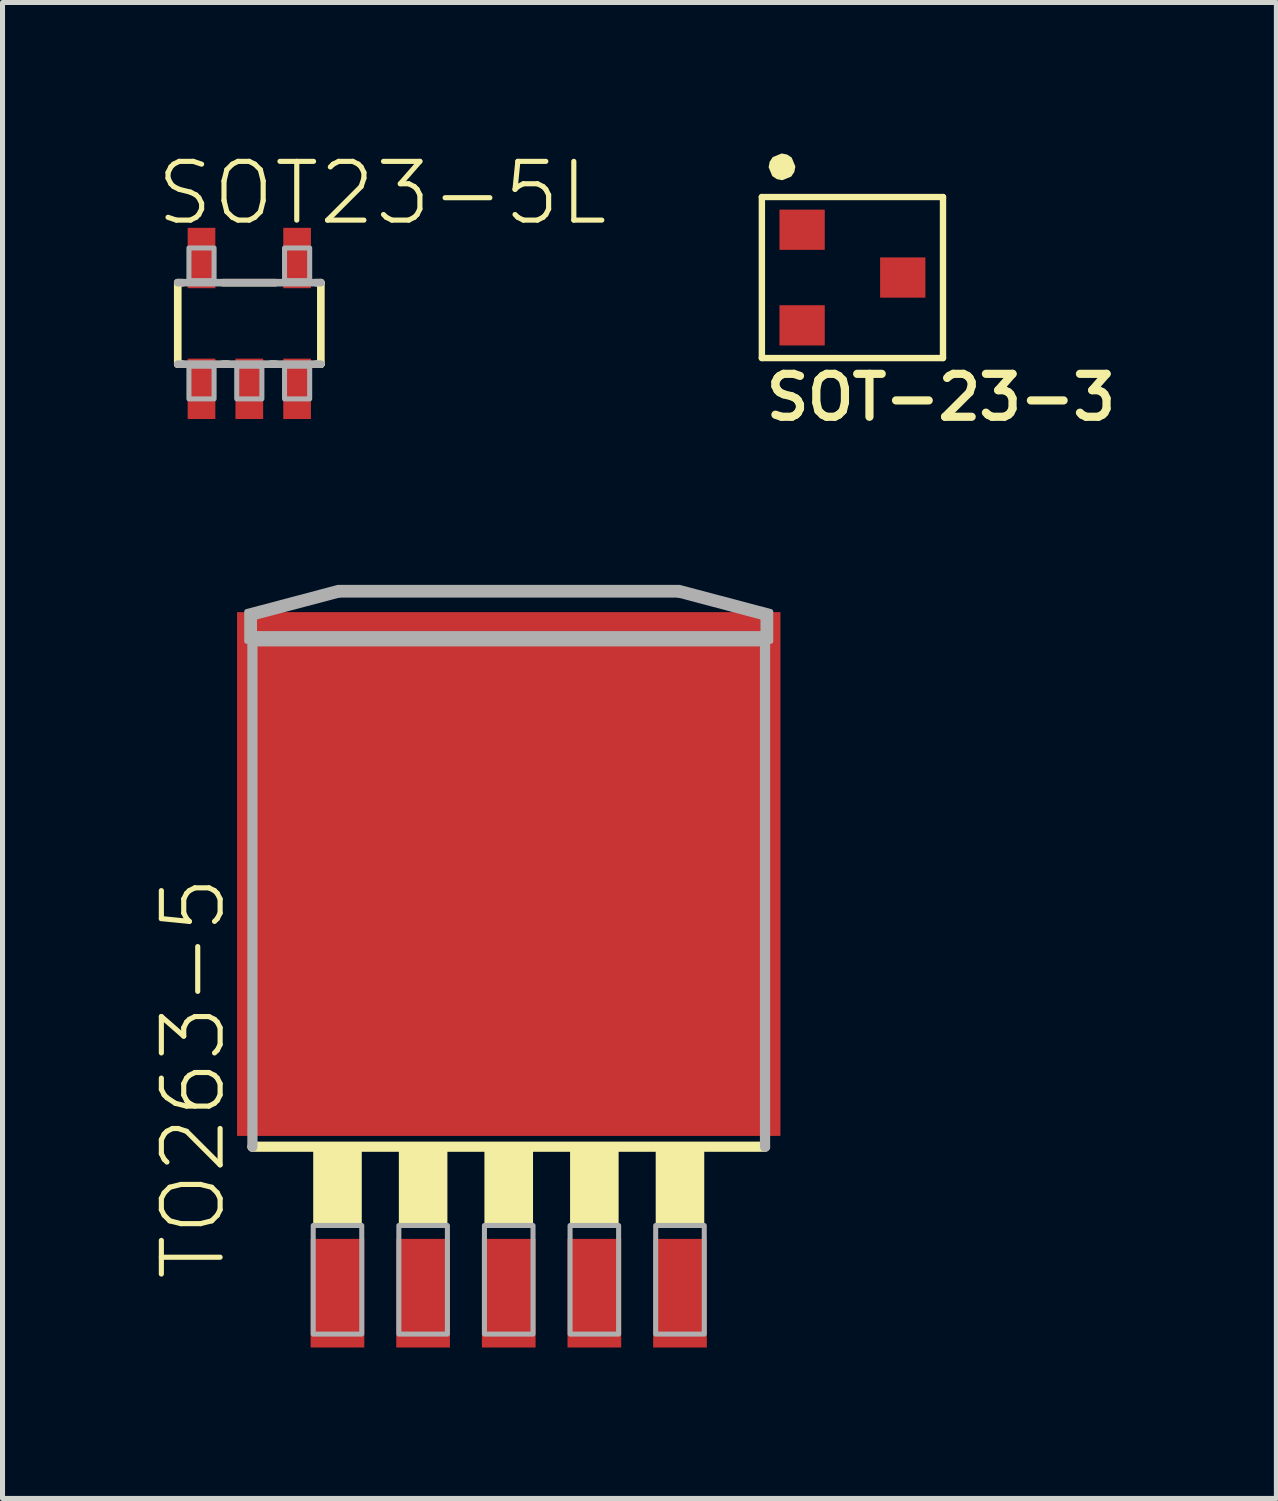
<source format=kicad_pcb>
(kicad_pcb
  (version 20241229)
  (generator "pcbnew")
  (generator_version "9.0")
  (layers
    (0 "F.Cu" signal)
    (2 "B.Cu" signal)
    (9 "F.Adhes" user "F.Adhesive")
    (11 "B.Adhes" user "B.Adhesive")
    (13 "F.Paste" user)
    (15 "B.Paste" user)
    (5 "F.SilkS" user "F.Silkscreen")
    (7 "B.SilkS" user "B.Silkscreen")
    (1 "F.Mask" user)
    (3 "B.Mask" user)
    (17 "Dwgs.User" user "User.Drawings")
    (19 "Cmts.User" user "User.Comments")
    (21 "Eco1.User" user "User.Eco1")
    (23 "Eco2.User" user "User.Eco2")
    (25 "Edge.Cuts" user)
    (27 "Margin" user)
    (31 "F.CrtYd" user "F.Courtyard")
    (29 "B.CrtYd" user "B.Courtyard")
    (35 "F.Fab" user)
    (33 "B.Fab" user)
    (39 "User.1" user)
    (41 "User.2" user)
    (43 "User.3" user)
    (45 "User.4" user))
  (footprint "TO263-5"
    (layer "F.Cu")
    (at 7.061 16.861)
    (property "Reference" "TO263-5" (at -5.588 5.588 90) (layer "F.SilkS") (effects (font (size 1.168 1.168) (thickness 0.102)) (justify left bottom)))
    (fp_line (start 5.094 2.88) (end -5.094 2.88) (stroke (width 0.203) (type solid)) (layer "F.SilkS"))
    (fp_poly (pts (xy -3.886 4.47) (xy -2.921 4.47) (xy -2.921 2.794) (xy -3.886 2.794)) (stroke (width 0) (type solid)) (fill yes) (layer "F.SilkS"))
    (fp_poly (pts (xy -2.184 4.47) (xy -1.219 4.47) (xy -1.219 2.794) (xy -2.184 2.794)) (stroke (width 0) (type solid)) (fill yes) (layer "F.SilkS"))
    (fp_poly (pts (xy -0.483 4.47) (xy 0.483 4.47) (xy 0.483 2.794) (xy -0.483 2.794)) (stroke (width 0) (type solid)) (fill yes) (layer "F.SilkS"))
    (fp_poly (pts (xy 1.219 4.47) (xy 2.184 4.47) (xy 2.184 2.794) (xy 1.219 2.794)) (stroke (width 0) (type solid)) (fill yes) (layer "F.SilkS"))
    (fp_poly (pts (xy 2.921 4.47) (xy 3.886 4.47) (xy 3.886 2.794) (xy 2.921 2.794)) (stroke (width 0) (type solid)) (fill yes) (layer "F.SilkS"))
    (fp_poly (pts (xy -3.81 -3.81) (xy -1.27 -3.81) (xy -1.27 -6.35) (xy -3.81 -6.35)) (stroke (width 0) (type solid)) (fill yes) (layer "F.Paste"))
    (fp_poly (pts (xy -3.81 -1.27) (xy 3.81 -1.27) (xy 3.81 -2.54) (xy -3.81 -2.54)) (stroke (width 0) (type solid)) (fill yes) (layer "F.Paste"))
    (fp_poly (pts (xy -3.81 2.54) (xy -1.27 2.54) (xy -1.27 0) (xy -3.81 0)) (stroke (width 0) (type solid)) (fill yes) (layer "F.Paste"))
    (fp_poly (pts (xy 1.27 -3.81) (xy 3.81 -3.81) (xy 3.81 -6.35) (xy 1.27 -6.35)) (stroke (width 0) (type solid)) (fill yes) (layer "F.Paste"))
    (fp_poly (pts (xy 1.27 2.54) (xy 3.81 2.54) (xy 3.81 0) (xy 1.27 0)) (stroke (width 0) (type solid)) (fill yes) (layer "F.Paste"))
    (fp_line (start -5.105 -7.678) (end -3.378 -8.135) (stroke (width 0.203) (type solid)) (layer "F.Fab"))
    (fp_line (start -5.105 -7.267) (end -5.105 -7.678) (stroke (width 0.203) (type solid)) (layer "F.Fab"))
    (fp_line (start -5.094 -7.165) (end 5.094 -7.165) (stroke (width 0.203) (type solid)) (layer "F.Fab"))
    (fp_line (start -5.094 2.88) (end -5.094 -7.165) (stroke (width 0.203) (type solid)) (layer "F.Fab"))
    (fp_line (start -3.378 -8.135) (end 3.378 -8.135) (stroke (width 0.203) (type solid)) (layer "F.Fab"))
    (fp_line (start 3.378 -8.135) (end 5.105 -7.678) (stroke (width 0.203) (type solid)) (layer "F.Fab"))
    (fp_line (start 5.094 -7.165) (end 5.094 2.88) (stroke (width 0.203) (type solid)) (layer "F.Fab"))
    (fp_line (start 5.105 -7.678) (end 5.105 -7.267) (stroke (width 0.203) (type solid)) (layer "F.Fab"))
    (fp_line (start 5.105 -7.267) (end -5.105 -7.267) (stroke (width 0.203) (type solid)) (layer "F.Fab"))
    (fp_poly (pts (xy -3.886 6.604) (xy -2.921 6.604) (xy -2.921 4.445) (xy -3.886 4.445)) (stroke (width 0.1) (type solid)) (fill no) (layer "F.Fab"))
    (fp_poly (pts (xy -2.184 6.604) (xy -1.219 6.604) (xy -1.219 4.445) (xy -2.184 4.445)) (stroke (width 0.1) (type solid)) (fill no) (layer "F.Fab"))
    (fp_poly (pts (xy -0.483 6.604) (xy 0.483 6.604) (xy 0.483 4.445) (xy -0.483 4.445)) (stroke (width 0.1) (type solid)) (fill no) (layer "F.Fab"))
    (fp_poly (pts (xy 1.219 6.604) (xy 2.184 6.604) (xy 2.184 4.445) (xy 1.219 4.445)) (stroke (width 0.1) (type solid)) (fill no) (layer "F.Fab"))
    (fp_poly (pts (xy 2.921 6.604) (xy 3.886 6.604) (xy 3.886 4.445) (xy 2.921 4.445)) (stroke (width 0.1) (type solid)) (fill no) (layer "F.Fab"))
    (fp_poly (pts (xy 5.207 -7.756) (xy 5.207 -7.165) (xy -5.207 -7.165) (xy -5.207 -7.756) (xy -3.391 -8.237) (xy 3.391 -8.237)) (stroke (width 0.1) (type solid)) (fill no) (layer "F.Fab"))
    (pad "1" smd rect (at -3.404 5.791) (size 1.067 2.159) (layers "F.Cu" "F.Mask" "F.Paste"))
    (pad "2" smd rect (at -1.702 5.791) (size 1.067 2.159) (layers "F.Cu" "F.Mask" "F.Paste"))
    (pad "3" smd rect (at 0 5.791) (size 1.067 2.159) (layers "F.Cu" "F.Mask" "F.Paste"))
    (pad "4" smd rect (at 1.702 5.791) (size 1.067 2.159) (layers "F.Cu" "F.Mask" "F.Paste"))
    (pad "5" smd rect (at 3.404 5.791) (size 1.067 2.159) (layers "F.Cu" "F.Mask" "F.Paste"))
    (pad "6" smd rect (at 0 -2.54) (size 10.8 10.41) (layers "F.Cu" "F.Mask")))
  (footprint "SOT23-5L"
    (layer "F.Cu")
    (at 1.905 3.378)
    (property "Reference" "SOT23-5L" (at -1.905 -1.905 0) (layer "F.SilkS") (effects (font (size 1.168 1.168) (thickness 0.102)) (justify left bottom)))
    (fp_line (start -1.422 -0.81) (end -1.328 -0.81) (stroke (width 0.152) (type solid)) (layer "F.SilkS"))
    (fp_line (start -1.422 0.81) (end -1.422 -0.81) (stroke (width 0.152) (type solid)) (layer "F.SilkS"))
    (fp_line (start -1.328 0.81) (end -1.422 0.81) (stroke (width 0.152) (type solid)) (layer "F.SilkS"))
    (fp_line (start -0.522 -0.81) (end 0.522 -0.81) (stroke (width 0.152) (type solid)) (layer "F.SilkS"))
    (fp_line (start -0.428 0.81) (end -0.522 0.81) (stroke (width 0.152) (type solid)) (layer "F.SilkS"))
    (fp_line (start 0.522 0.81) (end 0.428 0.81) (stroke (width 0.152) (type solid)) (layer "F.SilkS"))
    (fp_line (start 1.328 -0.81) (end 1.422 -0.81) (stroke (width 0.152) (type solid)) (layer "F.SilkS"))
    (fp_line (start 1.422 -0.81) (end 1.422 0.81) (stroke (width 0.152) (type solid)) (layer "F.SilkS"))
    (fp_line (start 1.422 0.81) (end 1.328 0.81) (stroke (width 0.152) (type solid)) (layer "F.SilkS"))
    (fp_line (start -1.422 -0.81) (end 1.422 -0.81) (stroke (width 0.152) (type solid)) (layer "F.Fab"))
    (fp_line (start 1.422 0.81) (end -1.422 0.81) (stroke (width 0.152) (type solid)) (layer "F.Fab"))
    (fp_poly (pts (xy -1.2 -0.85) (xy -0.7 -0.85) (xy -0.7 -1.5) (xy -1.2 -1.5)) (stroke (width 0.1) (type solid)) (fill no) (layer "F.Fab"))
    (fp_poly (pts (xy -1.2 1.5) (xy -0.7 1.5) (xy -0.7 0.85) (xy -1.2 0.85)) (stroke (width 0.1) (type solid)) (fill no) (layer "F.Fab"))
    (fp_poly (pts (xy -0.25 1.5) (xy 0.25 1.5) (xy 0.25 0.85) (xy -0.25 0.85)) (stroke (width 0.1) (type solid)) (fill no) (layer "F.Fab"))
    (fp_poly (pts (xy 0.7 -0.85) (xy 1.2 -0.85) (xy 1.2 -1.5) (xy 0.7 -1.5)) (stroke (width 0.1) (type solid)) (fill no) (layer "F.Fab"))
    (fp_poly (pts (xy 0.7 1.5) (xy 1.2 1.5) (xy 1.2 0.85) (xy 0.7 0.85)) (stroke (width 0.1) (type solid)) (fill no) (layer "F.Fab"))
    (pad "1" smd rect (at -0.95 1.3) (size 0.55 1.2) (layers "F.Cu" "F.Mask" "F.Paste"))
    (pad "2" smd rect (at 0 1.3) (size 0.55 1.2) (layers "F.Cu" "F.Mask" "F.Paste"))
    (pad "3" smd rect (at 0.95 1.3) (size 0.55 1.2) (layers "F.Cu" "F.Mask" "F.Paste"))
    (pad "4" smd rect (at 0.95 -1.3) (size 0.55 1.2) (layers "F.Cu" "F.Mask" "F.Paste"))
    (pad "5" smd rect (at -0.95 -1.3) (size 0.55 1.2) (layers "F.Cu" "F.Mask" "F.Paste")))
  (footprint "SOT-23-3"
    (layer "F.Cu")
    (at 13.892 2.466)
    (property "Reference" "SOT-23-3" (at -1.8 2.88 0) (layer "F.SilkS") (effects (font (size 0.853 0.853) (thickness 0.163)) (justify left bottom)))
    (fp_line (start -1.8 -1.6) (end -1.8 1.6) (stroke (width 0.127) (type solid)) (layer "F.SilkS"))
    (fp_line (start -1.8 1.6) (end 1.8 1.6) (stroke (width 0.127) (type solid)) (layer "F.SilkS"))
    (fp_line (start 1.8 -1.6) (end -1.8 -1.6) (stroke (width 0.127) (type solid)) (layer "F.SilkS"))
    (fp_line (start 1.8 1.6) (end 1.8 -1.6) (stroke (width 0.127) (type solid)) (layer "F.SilkS"))
    (fp_poly (pts (xy -1.299 -2.445) (xy -1.207 -2.384) (xy -1.134 -2.207) (xy -1.155 -2.099) (xy -1.216 -2.007) (xy -1.393 -1.934) (xy -1.501 -1.955) (xy -1.593 -2.016) (xy -1.666 -2.193) (xy -1.645 -2.301) (xy -1.584 -2.393) (xy -1.407 -2.466)) (stroke (width 0) (type solid)) (fill yes) (layer "F.SilkS"))
    (pad "P$1" smd rect (at -1 -0.95) (size 0.9 0.8) (layers "F.Cu" "F.Mask" "F.Paste"))
    (pad "P$2" smd rect (at -1 0.95) (size 0.9 0.8) (layers "F.Cu" "F.Mask" "F.Paste"))
    (pad "P$3" smd rect (at 1 0) (size 0.9 0.8) (layers "F.Cu" "F.Mask" "F.Paste")))
  (gr_rect
    (start -3 -3)
    (end 22.318 26.732)
    (stroke (width 0.1) (type default))
    (fill no)
    (layer "Edge.Cuts")))
</source>
